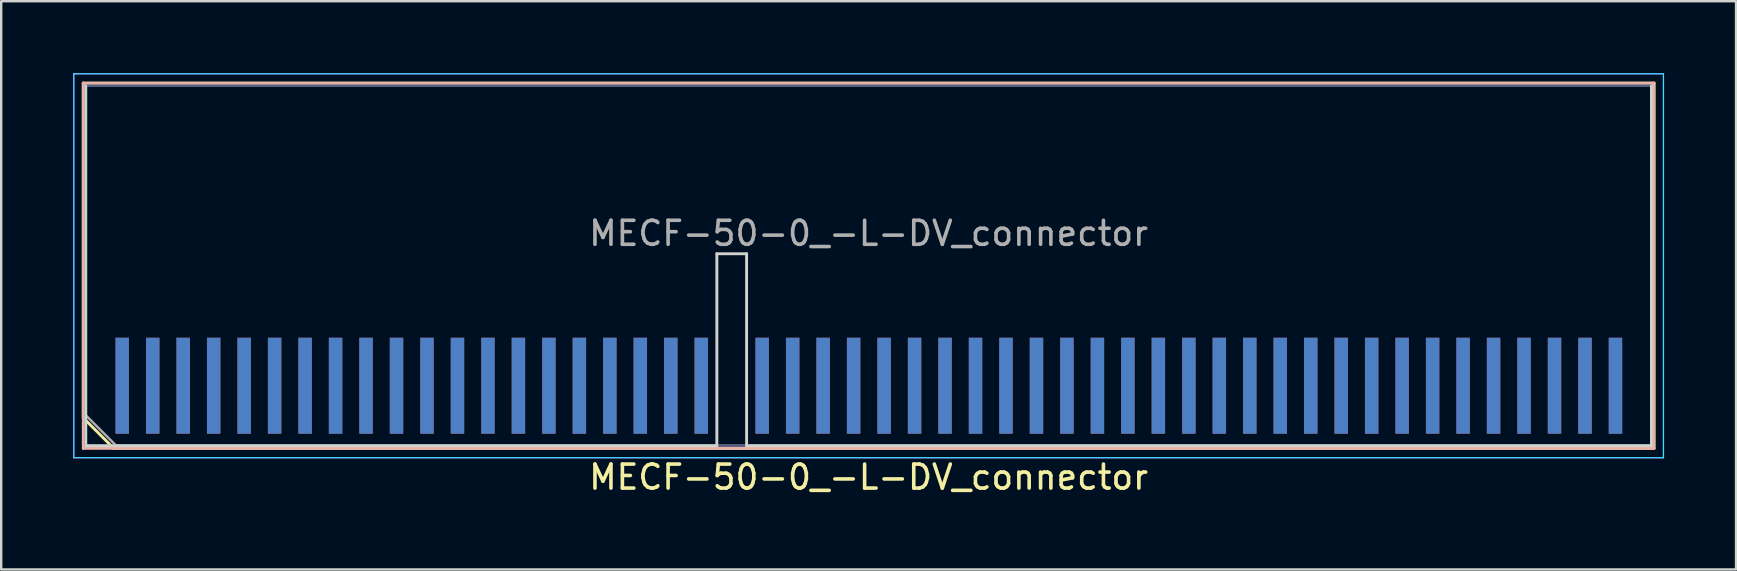
<source format=kicad_pcb>
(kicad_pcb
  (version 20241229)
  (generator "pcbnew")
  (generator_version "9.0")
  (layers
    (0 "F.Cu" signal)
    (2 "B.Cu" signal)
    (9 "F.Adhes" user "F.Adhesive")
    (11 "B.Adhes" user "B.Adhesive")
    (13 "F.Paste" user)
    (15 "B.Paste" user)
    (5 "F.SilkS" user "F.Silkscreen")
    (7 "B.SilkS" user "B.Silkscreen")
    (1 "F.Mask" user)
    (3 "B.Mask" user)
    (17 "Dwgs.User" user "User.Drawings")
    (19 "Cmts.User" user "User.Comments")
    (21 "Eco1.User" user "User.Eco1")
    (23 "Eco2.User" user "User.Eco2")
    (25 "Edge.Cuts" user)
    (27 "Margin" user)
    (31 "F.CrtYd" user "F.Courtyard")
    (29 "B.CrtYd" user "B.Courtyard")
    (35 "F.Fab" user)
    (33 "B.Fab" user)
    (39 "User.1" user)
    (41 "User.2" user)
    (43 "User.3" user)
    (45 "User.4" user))
  (footprint "MECF-50-0_-L-DV_connector"
    (layer "F.Cu")
    (at 33.15 13.025)
    (property "Reference" "MECF-50-0_-L-DV_connector" (at 0 3.81 0) (layer "F.SilkS") (effects (font (size 1 1) (thickness 0.15))))
    (attr smd)
    (fp_line (start -32.73 -12.61) (end 32.73 -12.61) (stroke (width 0.12) (type solid)) (layer "F.SilkS"))
    (fp_line (start -32.73 1.34) (end -32.73 -12.61) (stroke (width 0.12) (type solid)) (layer "F.SilkS"))
    (fp_line (start -31.46 2.61) (end -32.73 1.34) (stroke (width 0.12) (type solid)) (layer "F.SilkS"))
    (fp_line (start -31.46 2.61) (end 32.73 2.61) (stroke (width 0.12) (type solid)) (layer "F.SilkS"))
    (fp_line (start 32.73 2.61) (end 32.73 -12.61) (stroke (width 0.12) (type solid)) (layer "F.SilkS"))
    (fp_line (start -32.73 -12.61) (end 32.73 -12.61) (stroke (width 0.12) (type solid)) (layer "B.SilkS"))
    (fp_line (start -32.73 2.61) (end -32.73 -12.61) (stroke (width 0.12) (type solid)) (layer "B.SilkS"))
    (fp_line (start -32.73 2.61) (end 32.73 2.61) (stroke (width 0.12) (type solid)) (layer "B.SilkS"))
    (fp_line (start 32.73 2.61) (end 32.73 -12.61) (stroke (width 0.12) (type solid)) (layer "B.SilkS"))
    (fp_line (start -32.625 2.5) (end -32.625 -12.5) (stroke (width 0.12) (type solid)) (layer "Edge.Cuts"))
    (fp_line (start -32.625 2.5) (end -6.325 2.5) (stroke (width 0.12) (type solid)) (layer "Edge.Cuts"))
    (fp_line (start -6.325 -5.5) (end -5.085 -5.5) (stroke (width 0.12) (type solid)) (layer "Edge.Cuts"))
    (fp_line (start -6.325 2.5) (end -6.325 -5.5) (stroke (width 0.12) (type solid)) (layer "Edge.Cuts"))
    (fp_line (start -5.085 2.5) (end -5.085 -5.5) (stroke (width 0.12) (type solid)) (layer "Edge.Cuts"))
    (fp_line (start -5.085 2.5) (end 32.625 2.5) (stroke (width 0.12) (type solid)) (layer "Edge.Cuts"))
    (fp_line (start 32.625 2.5) (end 32.625 -12.5) (stroke (width 0.12) (type solid)) (layer "Edge.Cuts"))
    (fp_line (start -33.125 -13) (end -33.125 3) (stroke (width 0.05) (type solid)) (layer "B.CrtYd"))
    (fp_line (start -33.125 3) (end 33.125 3) (stroke (width 0.05) (type solid)) (layer "B.CrtYd"))
    (fp_line (start 33.125 -13) (end -33.125 -13) (stroke (width 0.05) (type solid)) (layer "B.CrtYd"))
    (fp_line (start 33.125 3) (end 33.125 -13) (stroke (width 0.05) (type solid)) (layer "B.CrtYd"))
    (fp_line (start -33.125 -13) (end -33.125 3) (stroke (width 0.05) (type solid)) (layer "F.CrtYd"))
    (fp_line (start -33.125 3) (end 33.125 3) (stroke (width 0.05) (type solid)) (layer "F.CrtYd"))
    (fp_line (start 33.125 -13) (end -33.125 -13) (stroke (width 0.05) (type solid)) (layer "F.CrtYd"))
    (fp_line (start 33.125 3) (end 33.125 -13) (stroke (width 0.05) (type solid)) (layer "F.CrtYd"))
    (fp_line (start -32.625 -12.5) (end 32.625 -12.5) (stroke (width 0.1) (type solid)) (layer "B.Fab"))
    (fp_line (start -32.625 2.5) (end -32.625 -12.5) (stroke (width 0.1) (type solid)) (layer "B.Fab"))
    (fp_line (start -32.625 2.5) (end 32.625 2.5) (stroke (width 0.1) (type solid)) (layer "B.Fab"))
    (fp_line (start 32.625 2.5) (end 32.625 -12.5) (stroke (width 0.1) (type solid)) (layer "B.Fab"))
    (fp_line (start -32.625 -12.5) (end 32.625 -12.5) (stroke (width 0.1) (type solid)) (layer "F.Fab"))
    (fp_line (start -32.625 1.23) (end -32.625 -12.5) (stroke (width 0.1) (type solid)) (layer "F.Fab"))
    (fp_line (start -32.625 1.23) (end -31.355 2.5) (stroke (width 0.1) (type solid)) (layer "F.Fab"))
    (fp_line (start -31.355 2.5) (end 32.625 2.5) (stroke (width 0.1) (type solid)) (layer "F.Fab"))
    (fp_line (start 32.625 2.5) (end 32.625 -12.5) (stroke (width 0.1) (type solid)) (layer "F.Fab"))
    (fp_text user "${REFERENCE}" (at 0 -6.35 0) (layer "F.Fab") (effects (font (size 1 1) (thickness 0.15))))
    (pad "1" smd rect (at -31.105 0) (size 0.56 4) (layers "F.Cu" "F.Mask" "F.Paste"))
    (pad "2" smd rect (at -31.105 0) (size 0.56 4) (layers "B.Cu" "B.Mask" "B.Paste"))
    (pad "3" smd rect (at -29.835 0) (size 0.56 4) (layers "F.Cu" "F.Mask" "F.Paste"))
    (pad "4" smd rect (at -29.835 0) (size 0.56 4) (layers "B.Cu" "B.Mask" "B.Paste"))
    (pad "5" smd rect (at -28.565 0) (size 0.56 4) (layers "F.Cu" "F.Mask" "F.Paste"))
    (pad "6" smd rect (at -28.565 0) (size 0.56 4) (layers "B.Cu" "B.Mask" "B.Paste"))
    (pad "7" smd rect (at -27.295 0) (size 0.56 4) (layers "F.Cu" "F.Mask" "F.Paste"))
    (pad "8" smd rect (at -27.295 0) (size 0.56 4) (layers "B.Cu" "B.Mask" "B.Paste"))
    (pad "9" smd rect (at -26.025 0) (size 0.56 4) (layers "F.Cu" "F.Mask" "F.Paste"))
    (pad "10" smd rect (at -26.025 0) (size 0.56 4) (layers "B.Cu" "B.Mask" "B.Paste"))
    (pad "11" smd rect (at -24.755 0) (size 0.56 4) (layers "F.Cu" "F.Mask" "F.Paste"))
    (pad "12" smd rect (at -24.755 0) (size 0.56 4) (layers "B.Cu" "B.Mask" "B.Paste"))
    (pad "13" smd rect (at -23.485 0) (size 0.56 4) (layers "F.Cu" "F.Mask" "F.Paste"))
    (pad "14" smd rect (at -23.485 0) (size 0.56 4) (layers "B.Cu" "B.Mask" "B.Paste"))
    (pad "15" smd rect (at -22.215 0) (size 0.56 4) (layers "F.Cu" "F.Mask" "F.Paste"))
    (pad "16" smd rect (at -22.215 0) (size 0.56 4) (layers "B.Cu" "B.Mask" "B.Paste"))
    (pad "17" smd rect (at -20.945 0) (size 0.56 4) (layers "F.Cu" "F.Mask" "F.Paste"))
    (pad "18" smd rect (at -20.945 0) (size 0.56 4) (layers "B.Cu" "B.Mask" "B.Paste"))
    (pad "19" smd rect (at -19.675 0) (size 0.56 4) (layers "F.Cu" "F.Mask" "F.Paste"))
    (pad "20" smd rect (at -19.675 0) (size 0.56 4) (layers "B.Cu" "B.Mask" "B.Paste"))
    (pad "21" smd rect (at -18.405 0) (size 0.56 4) (layers "F.Cu" "F.Mask" "F.Paste"))
    (pad "22" smd rect (at -18.405 0) (size 0.56 4) (layers "B.Cu" "B.Mask" "B.Paste"))
    (pad "23" smd rect (at -17.135 0) (size 0.56 4) (layers "F.Cu" "F.Mask" "F.Paste"))
    (pad "24" smd rect (at -17.135 0) (size 0.56 4) (layers "B.Cu" "B.Mask" "B.Paste"))
    (pad "25" smd rect (at -15.865 0) (size 0.56 4) (layers "F.Cu" "F.Mask" "F.Paste"))
    (pad "26" smd rect (at -15.865 0) (size 0.56 4) (layers "B.Cu" "B.Mask" "B.Paste"))
    (pad "27" smd rect (at -14.595 0) (size 0.56 4) (layers "F.Cu" "F.Mask" "F.Paste"))
    (pad "28" smd rect (at -14.595 0) (size 0.56 4) (layers "B.Cu" "B.Mask" "B.Paste"))
    (pad "29" smd rect (at -13.325 0) (size 0.56 4) (layers "F.Cu" "F.Mask" "F.Paste"))
    (pad "30" smd rect (at -13.325 0) (size 0.56 4) (layers "B.Cu" "B.Mask" "B.Paste"))
    (pad "31" smd rect (at -12.055 0) (size 0.56 4) (layers "F.Cu" "F.Mask" "F.Paste"))
    (pad "32" smd rect (at -12.055 0) (size 0.56 4) (layers "B.Cu" "B.Mask" "B.Paste"))
    (pad "33" smd rect (at -10.785 0) (size 0.56 4) (layers "F.Cu" "F.Mask" "F.Paste"))
    (pad "34" smd rect (at -10.785 0) (size 0.56 4) (layers "B.Cu" "B.Mask" "B.Paste"))
    (pad "35" smd rect (at -9.515 0) (size 0.56 4) (layers "F.Cu" "F.Mask" "F.Paste"))
    (pad "36" smd rect (at -9.515 0) (size 0.56 4) (layers "B.Cu" "B.Mask" "B.Paste"))
    (pad "37" smd rect (at -8.245 0) (size 0.56 4) (layers "F.Cu" "F.Mask" "F.Paste"))
    (pad "38" smd rect (at -8.245 0) (size 0.56 4) (layers "B.Cu" "B.Mask" "B.Paste"))
    (pad "39" smd rect (at -6.975 0) (size 0.56 4) (layers "F.Cu" "F.Mask" "F.Paste"))
    (pad "40" smd rect (at -6.975 0) (size 0.56 4) (layers "B.Cu" "B.Mask" "B.Paste"))
    (pad "43" smd rect (at -4.435 0) (size 0.56 4) (layers "F.Cu" "F.Mask" "F.Paste"))
    (pad "44" smd rect (at -4.435 0) (size 0.56 4) (layers "B.Cu" "B.Mask" "B.Paste"))
    (pad "45" smd rect (at -3.165 0) (size 0.56 4) (layers "F.Cu" "F.Mask" "F.Paste"))
    (pad "46" smd rect (at -3.165 0) (size 0.56 4) (layers "B.Cu" "B.Mask" "B.Paste"))
    (pad "47" smd rect (at -1.895 0) (size 0.56 4) (layers "F.Cu" "F.Mask" "F.Paste"))
    (pad "48" smd rect (at -1.895 0) (size 0.56 4) (layers "B.Cu" "B.Mask" "B.Paste"))
    (pad "49" smd rect (at -0.625 0) (size 0.56 4) (layers "F.Cu" "F.Mask" "F.Paste"))
    (pad "50" smd rect (at -0.625 0) (size 0.56 4) (layers "B.Cu" "B.Mask" "B.Paste"))
    (pad "51" smd rect (at 0.645 0) (size 0.56 4) (layers "F.Cu" "F.Mask" "F.Paste"))
    (pad "52" smd rect (at 0.645 0) (size 0.56 4) (layers "B.Cu" "B.Mask" "B.Paste"))
    (pad "53" smd rect (at 1.915 0) (size 0.56 4) (layers "F.Cu" "F.Mask" "F.Paste"))
    (pad "54" smd rect (at 1.915 0) (size 0.56 4) (layers "B.Cu" "B.Mask" "B.Paste"))
    (pad "55" smd rect (at 3.185 0) (size 0.56 4) (layers "F.Cu" "F.Mask" "F.Paste"))
    (pad "56" smd rect (at 3.185 0) (size 0.56 4) (layers "B.Cu" "B.Mask" "B.Paste"))
    (pad "57" smd rect (at 4.455 0) (size 0.56 4) (layers "F.Cu" "F.Mask" "F.Paste"))
    (pad "58" smd rect (at 4.455 0) (size 0.56 4) (layers "B.Cu" "B.Mask" "B.Paste"))
    (pad "59" smd rect (at 5.725 0) (size 0.56 4) (layers "F.Cu" "F.Mask" "F.Paste"))
    (pad "60" smd rect (at 5.725 0) (size 0.56 4) (layers "B.Cu" "B.Mask" "B.Paste"))
    (pad "61" smd rect (at 6.995 0) (size 0.56 4) (layers "F.Cu" "F.Mask" "F.Paste"))
    (pad "62" smd rect (at 6.995 0) (size 0.56 4) (layers "B.Cu" "B.Mask" "B.Paste"))
    (pad "63" smd rect (at 8.265 0) (size 0.56 4) (layers "F.Cu" "F.Mask" "F.Paste"))
    (pad "64" smd rect (at 8.265 0) (size 0.56 4) (layers "B.Cu" "B.Mask" "B.Paste"))
    (pad "65" smd rect (at 9.535 0) (size 0.56 4) (layers "F.Cu" "F.Mask" "F.Paste"))
    (pad "66" smd rect (at 9.535 0) (size 0.56 4) (layers "B.Cu" "B.Mask" "B.Paste"))
    (pad "67" smd rect (at 10.805 0) (size 0.56 4) (layers "F.Cu" "F.Mask" "F.Paste"))
    (pad "68" smd rect (at 10.805 0) (size 0.56 4) (layers "B.Cu" "B.Mask" "B.Paste"))
    (pad "69" smd rect (at 12.075 0) (size 0.56 4) (layers "F.Cu" "F.Mask" "F.Paste"))
    (pad "70" smd rect (at 12.075 0) (size 0.56 4) (layers "B.Cu" "B.Mask" "B.Paste"))
    (pad "71" smd rect (at 13.345 0) (size 0.56 4) (layers "F.Cu" "F.Mask" "F.Paste"))
    (pad "72" smd rect (at 13.345 0) (size 0.56 4) (layers "B.Cu" "B.Mask" "B.Paste"))
    (pad "73" smd rect (at 14.615 0) (size 0.56 4) (layers "F.Cu" "F.Mask" "F.Paste"))
    (pad "74" smd rect (at 14.615 0) (size 0.56 4) (layers "B.Cu" "B.Mask" "B.Paste"))
    (pad "75" smd rect (at 15.885 0) (size 0.56 4) (layers "F.Cu" "F.Mask" "F.Paste"))
    (pad "76" smd rect (at 15.885 0) (size 0.56 4) (layers "B.Cu" "B.Mask" "B.Paste"))
    (pad "77" smd rect (at 17.155 0) (size 0.56 4) (layers "F.Cu" "F.Mask" "F.Paste"))
    (pad "78" smd rect (at 17.155 0) (size 0.56 4) (layers "B.Cu" "B.Mask" "B.Paste"))
    (pad "79" smd rect (at 18.425 0) (size 0.56 4) (layers "F.Cu" "F.Mask" "F.Paste"))
    (pad "80" smd rect (at 18.425 0) (size 0.56 4) (layers "B.Cu" "B.Mask" "B.Paste"))
    (pad "81" smd rect (at 19.695 0) (size 0.56 4) (layers "F.Cu" "F.Mask" "F.Paste"))
    (pad "82" smd rect (at 19.695 0) (size 0.56 4) (layers "B.Cu" "B.Mask" "B.Paste"))
    (pad "83" smd rect (at 20.965 0) (size 0.56 4) (layers "F.Cu" "F.Mask" "F.Paste"))
    (pad "84" smd rect (at 20.965 0) (size 0.56 4) (layers "B.Cu" "B.Mask" "B.Paste"))
    (pad "85" smd rect (at 22.235 0) (size 0.56 4) (layers "F.Cu" "F.Mask" "F.Paste"))
    (pad "86" smd rect (at 22.235 0) (size 0.56 4) (layers "B.Cu" "B.Mask" "B.Paste"))
    (pad "87" smd rect (at 23.505 0) (size 0.56 4) (layers "F.Cu" "F.Mask" "F.Paste"))
    (pad "88" smd rect (at 23.505 0) (size 0.56 4) (layers "B.Cu" "B.Mask" "B.Paste"))
    (pad "89" smd rect (at 24.775 0) (size 0.56 4) (layers "F.Cu" "F.Mask" "F.Paste"))
    (pad "90" smd rect (at 24.775 0) (size 0.56 4) (layers "B.Cu" "B.Mask" "B.Paste"))
    (pad "91" smd rect (at 26.045 0) (size 0.56 4) (layers "F.Cu" "F.Mask" "F.Paste"))
    (pad "92" smd rect (at 26.045 0) (size 0.56 4) (layers "B.Cu" "B.Mask" "B.Paste"))
    (pad "93" smd rect (at 27.315 0) (size 0.56 4) (layers "F.Cu" "F.Mask" "F.Paste"))
    (pad "94" smd rect (at 27.315 0) (size 0.56 4) (layers "B.Cu" "B.Mask" "B.Paste"))
    (pad "95" smd rect (at 28.585 0) (size 0.56 4) (layers "F.Cu" "F.Mask" "F.Paste"))
    (pad "96" smd rect (at 28.585 0) (size 0.56 4) (layers "B.Cu" "B.Mask" "B.Paste"))
    (pad "97" smd rect (at 29.855 0) (size 0.56 4) (layers "F.Cu" "F.Mask" "F.Paste"))
    (pad "98" smd rect (at 29.855 0) (size 0.56 4) (layers "B.Cu" "B.Mask" "B.Paste"))
    (pad "99" smd rect (at 31.125 0) (size 0.56 4) (layers "F.Cu" "F.Mask" "F.Paste"))
    (pad "100" smd rect (at 31.125 0) (size 0.56 4) (layers "B.Cu" "B.Mask" "B.Paste")))
  (gr_rect
    (start -3 -3)
    (end 69.3 20.683)
    (stroke (width 0.1) (type default))
    (fill no)
    (layer "Edge.Cuts")))
</source>
